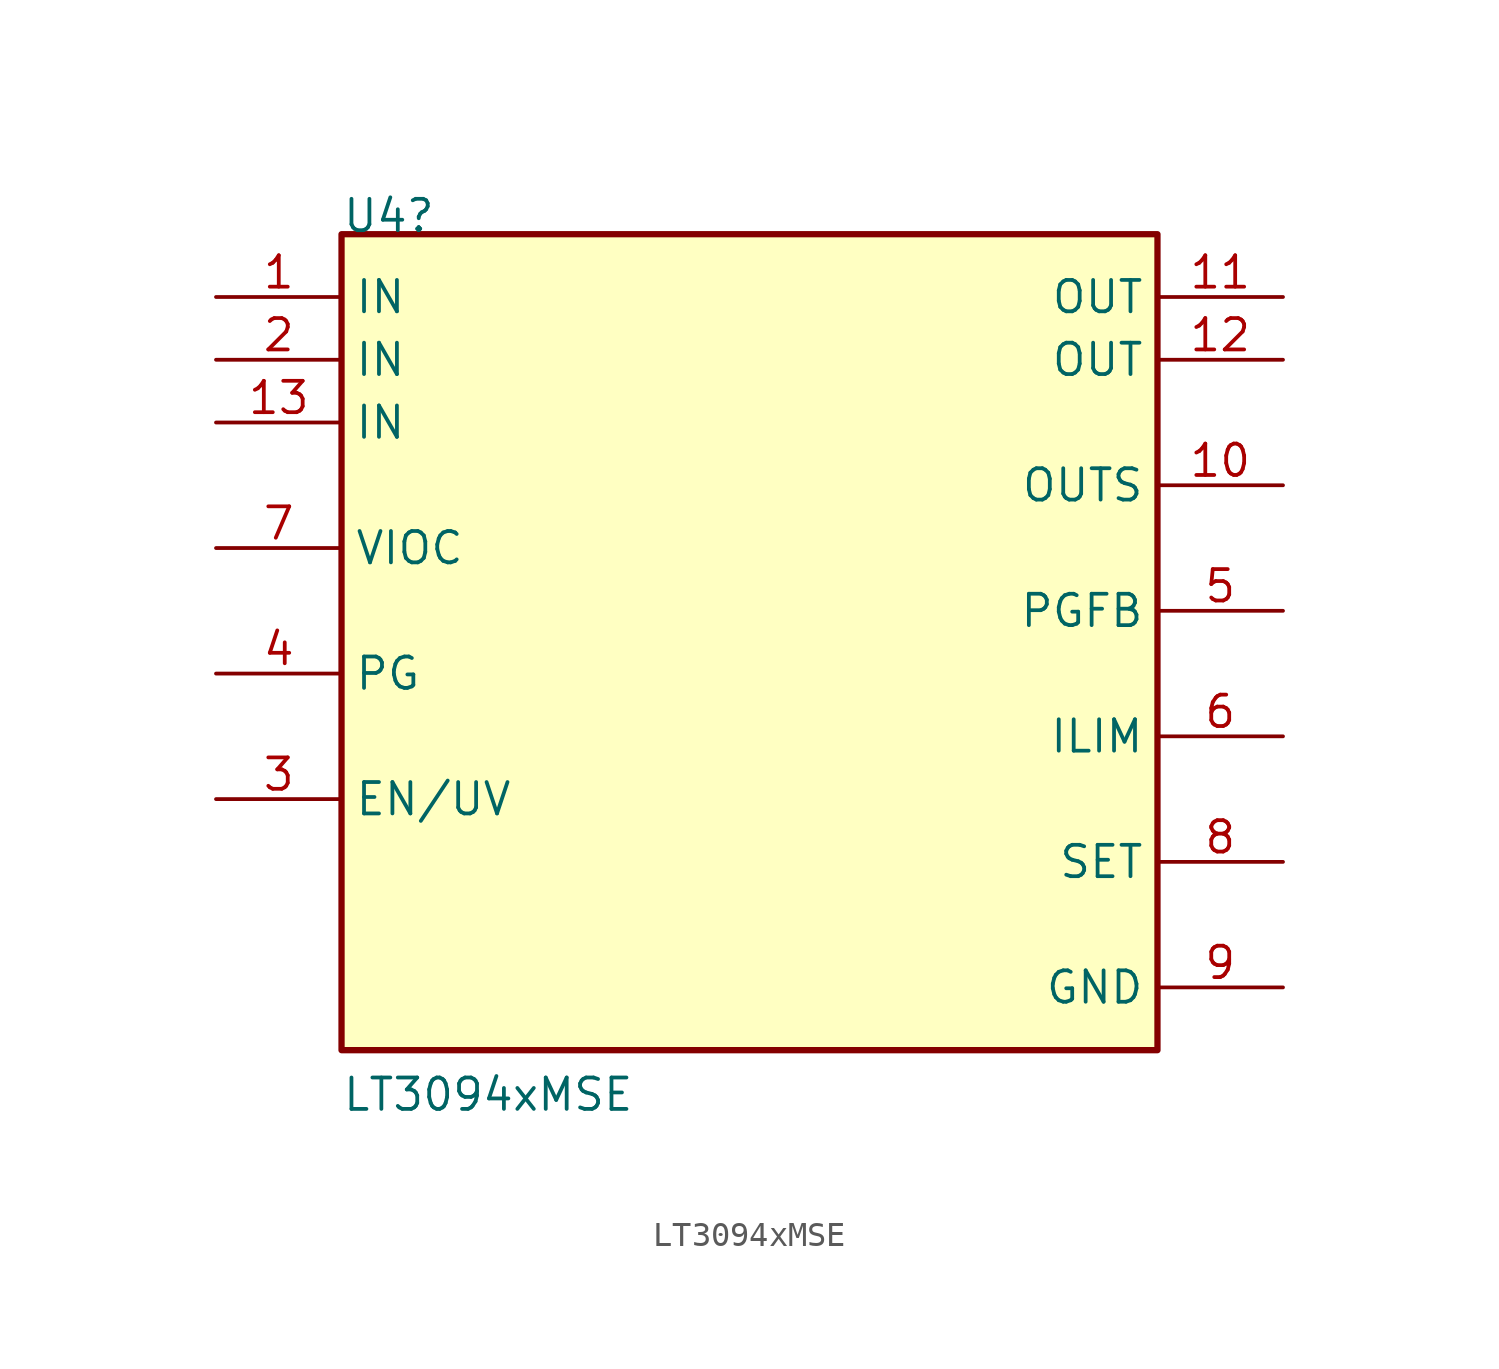
<source format=kicad_sym>
(kicad_symbol_lib
  (version 20241209)
  (generator "kicad_symbol_editor")
  (generator_version "9.0")
  (symbol "LT3094xMSE"
    (property "Reference" "U4"
      (at 5.08 2.54 0)
      (effects (font (size 1.27 1.27)) (justify left bottom)))
    (property "Value" "LT3094xMSE"
      (at 5.08 -33.02 0)
      (effects (font (size 1.27 1.27)) (justify left bottom)))
    (symbol "LT3094xMSE_1_0"
      (rectangle (start 38.1 2.54) (end 5.08 -30.48) (stroke (width 0.254) (type default)) (fill (type background)))
      (pin input line (at 0 0 0) (length 5.08) (name "IN" (effects (font (size 1.27 1.27)))) (number "1" (effects (font (size 1.27 1.27)))))
      (pin input line (at 0 -2.54 0) (length 5.08) (name "IN" (effects (font (size 1.27 1.27)))) (number "2" (effects (font (size 1.27 1.27)))))
      (pin input line (at 0 -5.08 0) (length 5.08) (name "IN" (effects (font (size 1.27 1.27)))) (number "13" (effects (font (size 1.27 1.27)))))
      (pin bidirectional line (at 0 -10.16 0) (length 5.08) (name "VIOC" (effects (font (size 1.27 1.27)))) (number "7" (effects (font (size 1.27 1.27)))))
      (pin output line (at 0 -15.24 0) (length 5.08) (name "PG" (effects (font (size 1.27 1.27)))) (number "4" (effects (font (size 1.27 1.27)))))
      (pin bidirectional line (at 0 -20.32 0) (length 5.08) (name "EN/UV" (effects (font (size 1.27 1.27)))) (number "3" (effects (font (size 1.27 1.27)))))
      (pin output line (at 43.18 0 180) (length 5.08) (name "OUT" (effects (font (size 1.27 1.27)))) (number "11" (effects (font (size 1.27 1.27)))))
      (pin output line (at 43.18 -2.54 180) (length 5.08) (name "OUT" (effects (font (size 1.27 1.27)))) (number "12" (effects (font (size 1.27 1.27)))))
      (pin output line (at 43.18 -7.62 180) (length 5.08) (name "OUTS" (effects (font (size 1.27 1.27)))) (number "10" (effects (font (size 1.27 1.27)))))
      (pin output line (at 43.18 -12.7 180) (length 5.08) (name "PGFB" (effects (font (size 1.27 1.27)))) (number "5" (effects (font (size 1.27 1.27)))))
      (pin input line (at 43.18 -17.78 180) (length 5.08) (name "ILIM" (effects (font (size 1.27 1.27)))) (number "6" (effects (font (size 1.27 1.27)))))
      (pin input line (at 43.18 -22.86 180) (length 5.08) (name "SET" (effects (font (size 1.27 1.27)))) (number "8" (effects (font (size 1.27 1.27)))))
      (pin power_in line (at 43.18 -27.94 180) (length 5.08) (name "GND" (effects (font (size 1.27 1.27)))) (number "9" (effects (font (size 1.27 1.27))))))))
</source>
